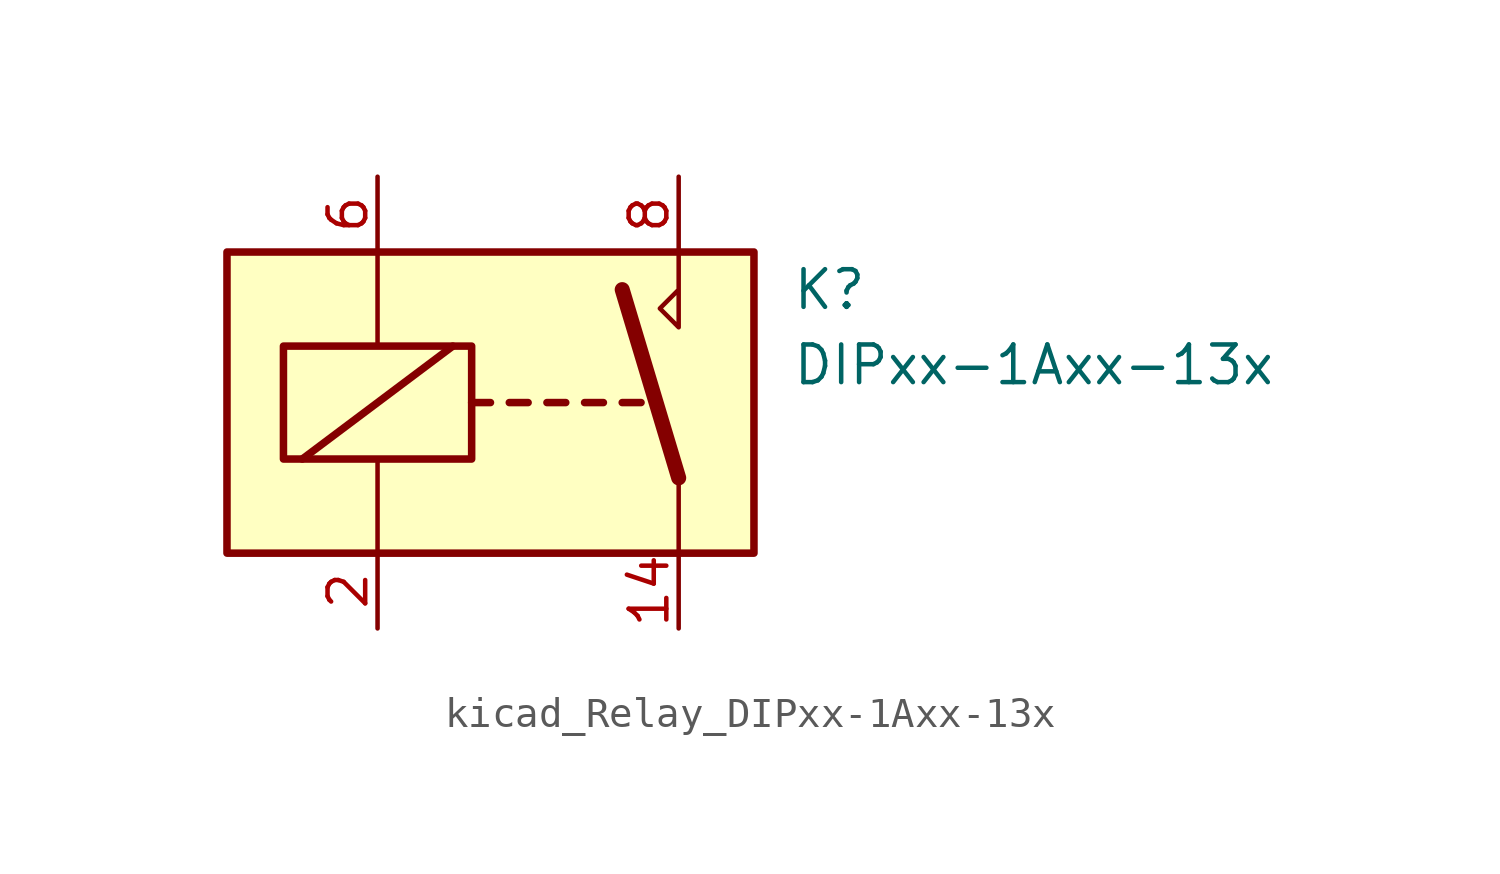
<source format=kicad_sym>
(kicad_symbol_lib
  (version 20220914)
  (generator kicad_symbol_editor)
  (symbol "kicad_Relay_DIPxx-1Axx-13x"
    (property "Reference" "K"
      (at 8.89 3.81 0)
      (effects (font (size 1.27 1.27)) (justify left)))
    (property "Value" "DIPxx-1Axx-13x"
      (at 8.89 1.27 0)
      (effects (font (size 1.27 1.27)) (justify left)))
    (symbol "kicad_Relay_DIPxx-1Axx-13x_0_0"
      (polyline (pts (xy 5.08 5.08) (xy 5.08 2.54) (xy 4.445 3.175) (xy 5.08 3.81)) (stroke (width 0) (type default)) (fill (type none))))
    (symbol "kicad_Relay_DIPxx-1Axx-13x_0_1"
      (rectangle (start -10.16 5.08) (end 7.62 -5.08) (stroke (width 0.254) (type default)) (fill (type background)))
      (rectangle (start -8.255 1.905) (end -1.905 -1.905) (stroke (width 0.254) (type default)) (fill (type none)))
      (polyline (pts (xy -7.62 -1.905) (xy -2.54 1.905)) (stroke (width 0.254) (type default)) (fill (type none)))
      (polyline (pts (xy -5.08 -5.08) (xy -5.08 -1.905)) (stroke (width 0) (type default)) (fill (type none)))
      (polyline (pts (xy -5.08 5.08) (xy -5.08 1.905)) (stroke (width 0) (type default)) (fill (type none)))
      (polyline (pts (xy -1.905 0) (xy -1.27 0)) (stroke (width 0.254) (type default)) (fill (type none)))
      (polyline (pts (xy -0.635 0) (xy 0 0)) (stroke (width 0.254) (type default)) (fill (type none)))
      (polyline (pts (xy 0.635 0) (xy 1.27 0)) (stroke (width 0.254) (type default)) (fill (type none)))
      (polyline (pts (xy 1.905 0) (xy 2.54 0)) (stroke (width 0.254) (type default)) (fill (type none)))
      (polyline (pts (xy 3.175 0) (xy 3.81 0)) (stroke (width 0.254) (type default)) (fill (type none)))
      (polyline (pts (xy 5.08 -2.54) (xy 3.175 3.81)) (stroke (width 0.508) (type default)) (fill (type none)))
      (polyline (pts (xy 5.08 -2.54) (xy 5.08 -5.08)) (stroke (width 0) (type default)) (fill (type none))))
    (symbol "kicad_Relay_DIPxx-1Axx-13x_1_1"
      (pin passive line (at 5.08 -7.62 90) (length 2.54) (name "~" (effects (font (size 1.27 1.27)))) (number "14" (effects (font (size 1.27 1.27)))))
      (pin passive line (at -5.08 -7.62 90) (length 2.54) (name "~" (effects (font (size 1.27 1.27)))) (number "2" (effects (font (size 1.27 1.27)))))
      (pin passive line (at -5.08 7.62 270) (length 2.54) (name "~" (effects (font (size 1.27 1.27)))) (number "6" (effects (font (size 1.27 1.27)))))
      (pin passive line (at 5.08 7.62 270) (length 2.54) (name "~" (effects (font (size 1.27 1.27)))) (number "8" (effects (font (size 1.27 1.27))))))))
</source>
